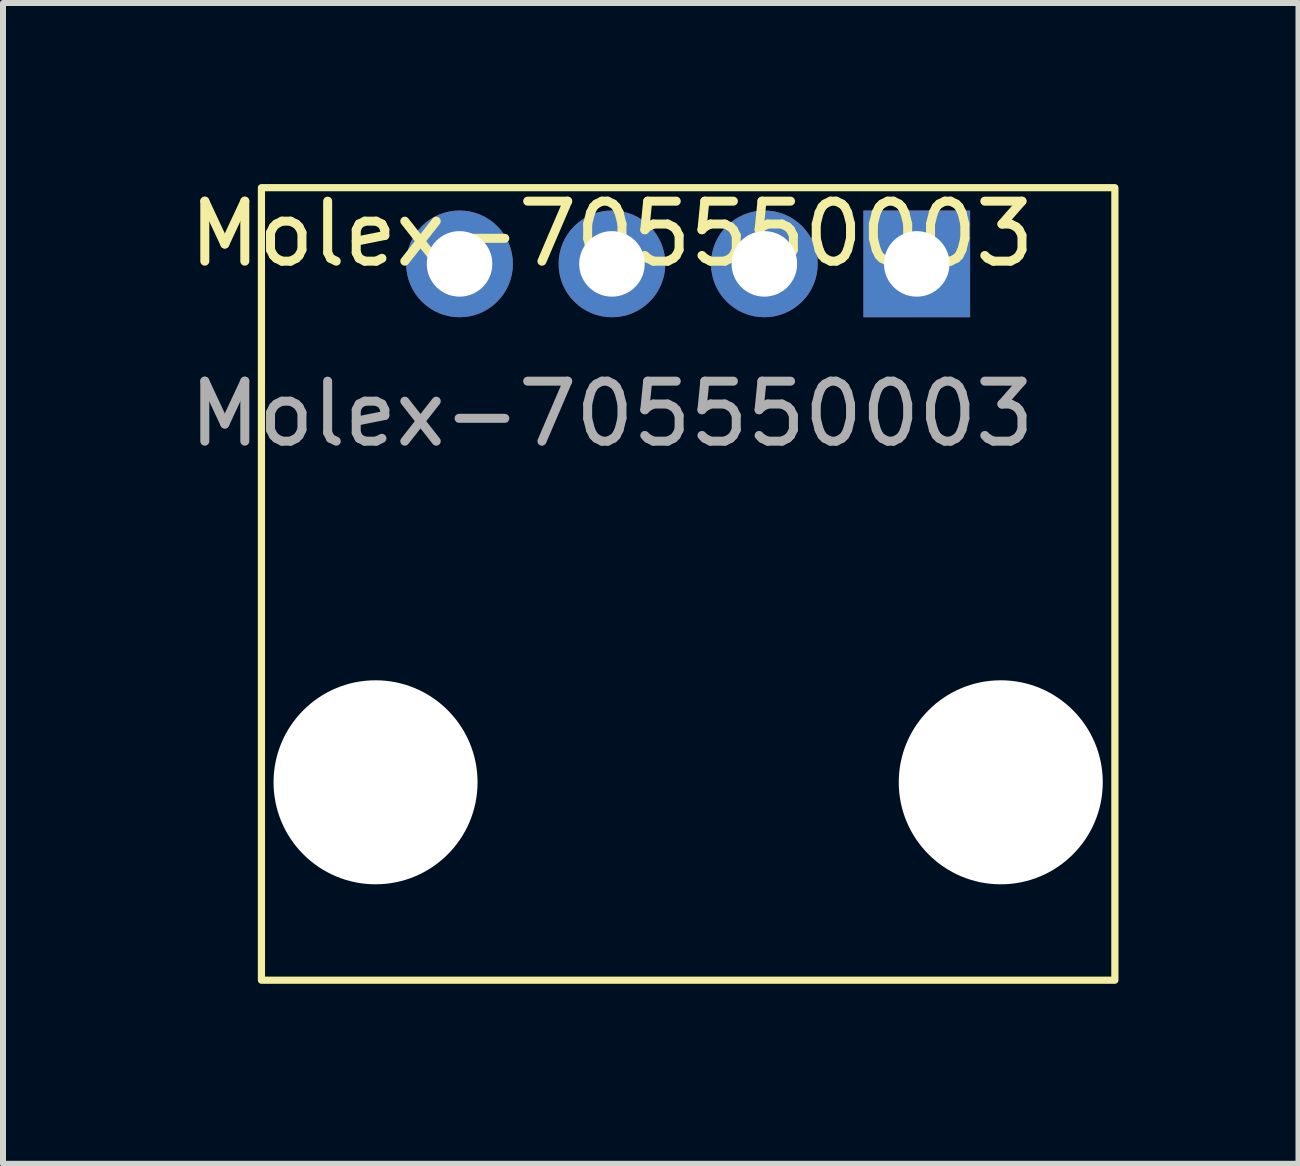
<source format=kicad_pcb>
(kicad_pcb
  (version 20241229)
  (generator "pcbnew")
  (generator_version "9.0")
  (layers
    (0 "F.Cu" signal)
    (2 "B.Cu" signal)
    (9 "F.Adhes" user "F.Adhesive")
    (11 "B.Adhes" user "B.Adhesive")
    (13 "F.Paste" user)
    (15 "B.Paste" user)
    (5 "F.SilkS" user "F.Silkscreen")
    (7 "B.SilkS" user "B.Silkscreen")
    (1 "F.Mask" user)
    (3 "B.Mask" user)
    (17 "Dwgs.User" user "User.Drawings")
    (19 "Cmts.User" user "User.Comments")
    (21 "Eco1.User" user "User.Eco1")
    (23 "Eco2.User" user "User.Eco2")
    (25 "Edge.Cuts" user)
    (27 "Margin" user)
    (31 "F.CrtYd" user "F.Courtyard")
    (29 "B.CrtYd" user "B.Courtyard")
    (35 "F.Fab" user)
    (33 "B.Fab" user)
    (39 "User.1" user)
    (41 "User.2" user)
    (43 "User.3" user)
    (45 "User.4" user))
  (footprint "Molex-705550003"
    (layer "F.Cu")
    (at 7.149 1.348)
    (property "Reference" "Molex-705550003" (at 0 -0.5 0) (unlocked yes) (layer "F.SilkS") (effects (font (size 1 1) (thickness 0.15))))
    (attr through_hole)
    (fp_rect (start -5.842 -1.27) (end 8.382 11.938) (stroke (width 0.12) (type solid)) (fill no) (layer "F.SilkS"))
    (fp_text user "${REFERENCE}" (at 0 2.5 0) (unlocked yes) (layer "F.Fab") (effects (font (size 1 1) (thickness 0.15))))
    (pad "" np_thru_hole circle (at -3.94 8.64) (size 3.4 3.4) (drill 3.4) (layers "*.Cu" "*.Mask"))
    (pad "" np_thru_hole circle (at 6.48 8.64) (size 3.4 3.4) (drill 3.4) (layers "*.Cu" "*.Mask"))
    (pad "1" thru_hole rect (at 5.08 0) (size 1.778 1.778) (drill 1.092) (layers "*.Cu" "*.Mask"))
    (pad "2" thru_hole circle (at 2.54 0) (size 1.778 1.778) (drill 1.092) (layers "*.Cu" "*.Mask"))
    (pad "3" thru_hole circle (at 0 0) (size 1.778 1.778) (drill 1.092) (layers "*.Cu" "*.Mask"))
    (pad "4" thru_hole circle (at -2.54 0) (size 1.778 1.778) (drill 1.092) (layers "*.Cu" "*.Mask")))
  (gr_rect
    (start -3 -3)
    (end 18.591 16.346)
    (stroke (width 0.1) (type default))
    (fill no)
    (layer "Edge.Cuts")))
</source>
